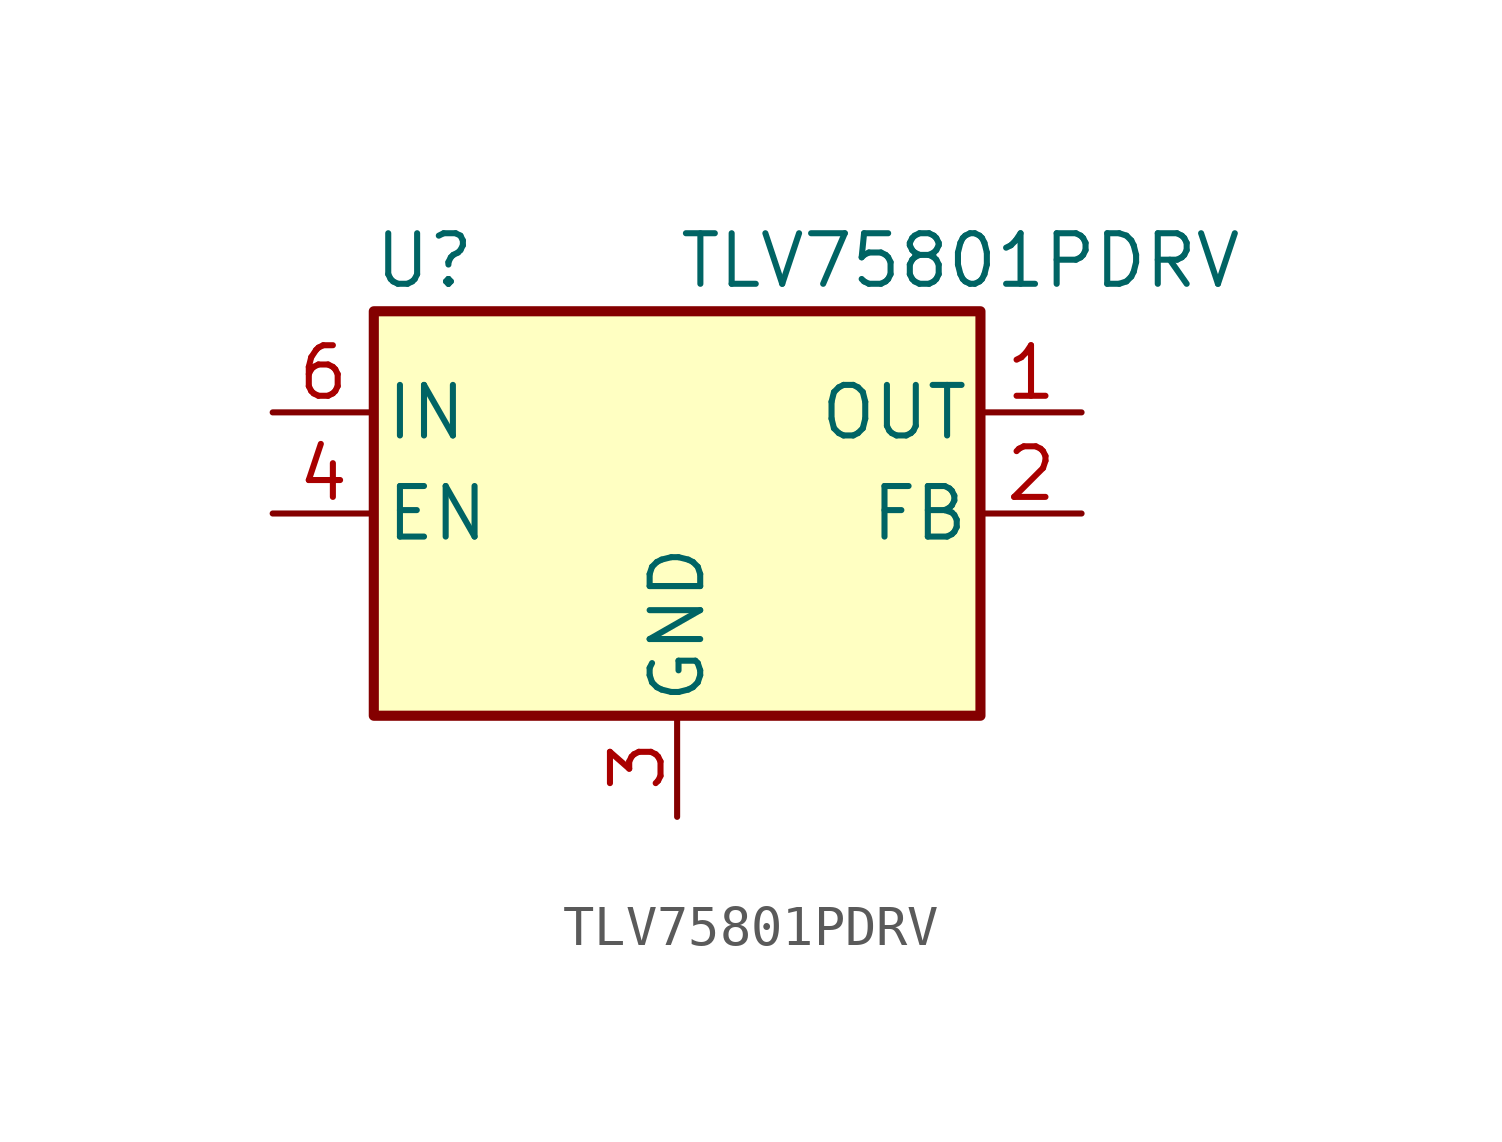
<source format=kicad_sym>
(kicad_symbol_lib
  (version 20220914)
  (generator kicad_symbol_editor)
  (symbol "TLV75801PDRV"
    (pin_names
      (offset 0.254))
    (property "Reference" "U"
      (at -6.35 6.35 0)
      (effects (font (size 1.27 1.27))))
    (property "Value" "TLV75801PDRV"
      (at 0 6.35 0)
      (effects (font (size 1.27 1.27)) (justify left)))
    (symbol "TLV75801PDRV_0_1"
      (rectangle (start -7.62 5.08) (end 7.62 -5.08) (stroke (width 0.254) (type default)) (fill (type background))))
    (symbol "TLV75801PDRV_1_1"
      (pin power_out line (at 10.16 2.54 180) (length 2.54) (name "OUT" (effects (font (size 1.27 1.27)))) (number "1" (effects (font (size 1.27 1.27)))))
      (pin passive line (at 10.16 0 180) (length 2.54) (name "FB" (effects (font (size 1.27 1.27)))) (number "2" (effects (font (size 1.27 1.27)))))
      (pin power_in line (at 0 -7.62 90) (length 2.54) (name "GND" (effects (font (size 1.27 1.27)))) (number "3" (effects (font (size 1.27 1.27)))))
      (pin input line (at -10.16 0 0) (length 2.54) (name "EN" (effects (font (size 1.27 1.27)))) (number "4" (effects (font (size 1.27 1.27)))))
      (pin no_connect line (at 7.62 -2.54 180) (length 2.54) hide (name "NC" (effects (font (size 1.27 1.27)))) (number "5" (effects (font (size 1.27 1.27)))))
      (pin power_in line (at -10.16 2.54 0) (length 2.54) (name "IN" (effects (font (size 1.27 1.27)))) (number "6" (effects (font (size 1.27 1.27)))))
      (pin passive line (at 0 -7.62 90) (length 2.54) hide (name "GND" (effects (font (size 1.27 1.27)))) (number "7" (effects (font (size 1.27 1.27))))))))
</source>
